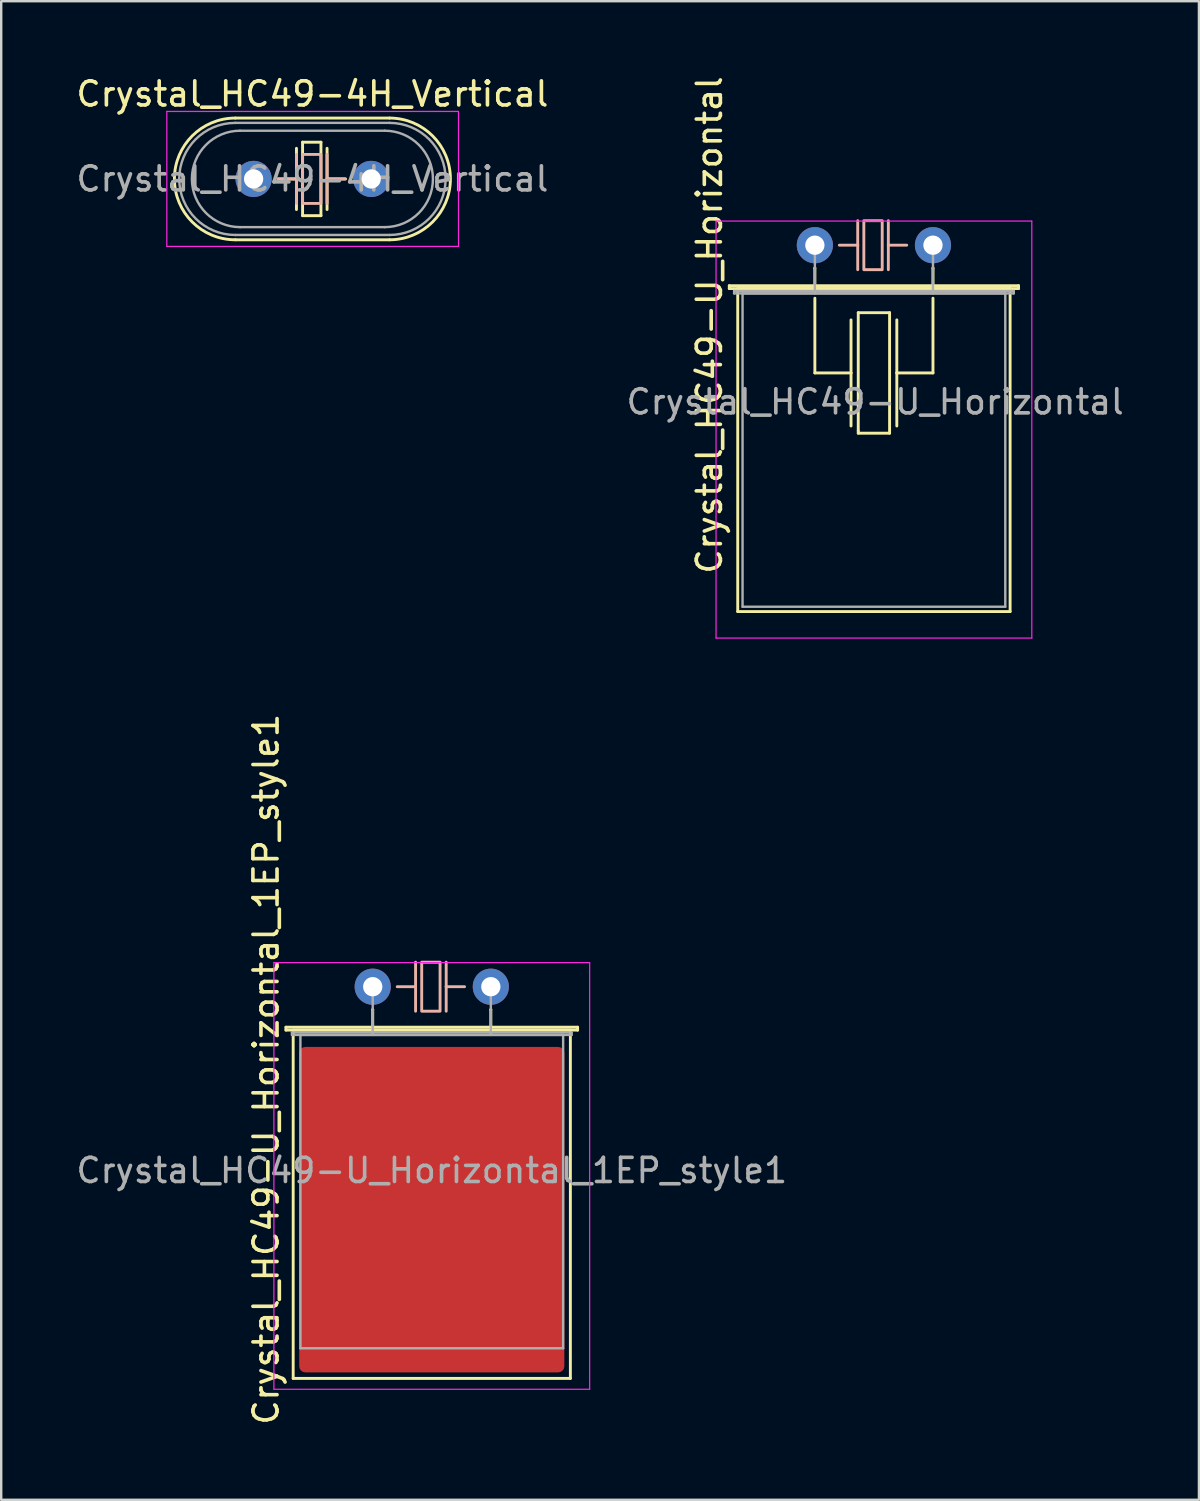
<source format=kicad_pcb>
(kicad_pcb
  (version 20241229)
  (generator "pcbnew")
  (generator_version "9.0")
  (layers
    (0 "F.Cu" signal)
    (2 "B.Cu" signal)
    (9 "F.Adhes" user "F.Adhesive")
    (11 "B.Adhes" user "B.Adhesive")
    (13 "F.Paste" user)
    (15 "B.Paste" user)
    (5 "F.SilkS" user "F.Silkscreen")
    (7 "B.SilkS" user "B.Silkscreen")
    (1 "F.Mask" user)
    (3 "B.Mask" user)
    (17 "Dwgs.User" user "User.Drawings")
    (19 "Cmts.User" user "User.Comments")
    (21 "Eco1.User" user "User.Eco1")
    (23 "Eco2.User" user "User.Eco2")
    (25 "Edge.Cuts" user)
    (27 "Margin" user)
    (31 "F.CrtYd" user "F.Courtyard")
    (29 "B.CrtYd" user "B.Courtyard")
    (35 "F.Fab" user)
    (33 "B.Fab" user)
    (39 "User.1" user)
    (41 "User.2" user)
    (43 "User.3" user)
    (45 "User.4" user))
  (footprint "Crystal_HC49-U_Horizontal"
    (layer "F.Cu")
    (at 30.756 7.122)
    (property "Reference" "Crystal_HC49-U_Horizontal" (at -4.375 3.312 90) (layer "F.SilkS") (effects (font (size 1 1) (thickness 0.15))))
    (attr through_hole)
    (fp_line (start -3.55 1.68) (end 8.45 1.68) (stroke (width 0.12) (type solid)) (layer "F.SilkS"))
    (fp_line (start -3.55 1.8) (end -3.55 1.68) (stroke (width 0.12) (type solid)) (layer "F.SilkS"))
    (fp_line (start -3.2 1.8) (end -3.2 15.2) (stroke (width 0.12) (type solid)) (layer "F.SilkS"))
    (fp_line (start -3.2 15.2) (end 8.1 15.2) (stroke (width 0.12) (type solid)) (layer "F.SilkS"))
    (fp_line (start 0 0.95) (end 0 0.95) (stroke (width 0.12) (type solid)) (layer "F.SilkS"))
    (fp_line (start 0 1.8) (end 0 0.95) (stroke (width 0.12) (type solid)) (layer "F.SilkS"))
    (fp_line (start 0 2.2) (end 0 5.3) (stroke (width 0.12) (type solid)) (layer "F.SilkS"))
    (fp_line (start 0 5.3) (end 1.5 5.3) (stroke (width 0.12) (type solid)) (layer "F.SilkS"))
    (fp_line (start 1.5 5.3) (end 1.5 3.1) (stroke (width 0.12) (type solid)) (layer "F.SilkS"))
    (fp_line (start 1.5 7.5) (end 1.5 5.3) (stroke (width 0.12) (type solid)) (layer "F.SilkS"))
    (fp_line (start 1.8 2.8) (end 1.8 7.7) (stroke (width 0.12) (type solid)) (layer "F.SilkS"))
    (fp_line (start 1.8 7.7) (end 1.8 7.8) (stroke (width 0.12) (type solid)) (layer "F.SilkS"))
    (fp_line (start 1.8 7.8) (end 3.1 7.8) (stroke (width 0.12) (type solid)) (layer "F.SilkS"))
    (fp_line (start 3.1 2.8) (end 1.8 2.8) (stroke (width 0.12) (type solid)) (layer "F.SilkS"))
    (fp_line (start 3.1 7.8) (end 3.1 2.8) (stroke (width 0.12) (type solid)) (layer "F.SilkS"))
    (fp_line (start 3.4 5.3) (end 3.4 3.1) (stroke (width 0.12) (type solid)) (layer "F.SilkS"))
    (fp_line (start 3.4 5.3) (end 4.9 5.3) (stroke (width 0.12) (type solid)) (layer "F.SilkS"))
    (fp_line (start 3.4 7.5) (end 3.4 5.3) (stroke (width 0.12) (type solid)) (layer "F.SilkS"))
    (fp_line (start 4.9 0.95) (end 4.9 0.95) (stroke (width 0.12) (type solid)) (layer "F.SilkS"))
    (fp_line (start 4.9 1.8) (end 4.9 0.95) (stroke (width 0.12) (type solid)) (layer "F.SilkS"))
    (fp_line (start 4.9 2.2) (end 4.9 5.3) (stroke (width 0.12) (type solid)) (layer "F.SilkS"))
    (fp_line (start 8.1 1.8) (end -3.2 1.8) (stroke (width 0.12) (type solid)) (layer "F.SilkS"))
    (fp_line (start 8.1 15.2) (end 8.1 1.8) (stroke (width 0.12) (type solid)) (layer "F.SilkS"))
    (fp_line (start 8.45 1.68) (end 8.45 1.8) (stroke (width 0.12) (type solid)) (layer "F.SilkS"))
    (fp_line (start 8.45 1.8) (end -3.55 1.8) (stroke (width 0.12) (type solid)) (layer "F.SilkS"))
    (fp_line (start 1.016 0) (end 1.778 0) (stroke (width 0.12) (type solid)) (layer "B.SilkS"))
    (fp_line (start 1.778 0) (end 1.778 -1.016) (stroke (width 0.12) (type solid)) (layer "B.SilkS"))
    (fp_line (start 1.778 0) (end 1.778 1.016) (stroke (width 0.12) (type solid)) (layer "B.SilkS"))
    (fp_line (start 3.048 0) (end 3.048 -1.016) (stroke (width 0.12) (type solid)) (layer "B.SilkS"))
    (fp_line (start 3.048 0) (end 3.048 1.016) (stroke (width 0.12) (type solid)) (layer "B.SilkS"))
    (fp_line (start 3.81 0) (end 3.048 0) (stroke (width 0.12) (type solid)) (layer "B.SilkS"))
    (fp_rect (start 2.032 -1.016) (end 2.794 1.016) (stroke (width 0.12) (type solid)) (fill no) (layer "B.SilkS"))
    (fp_line (start -4.1 -1) (end -4.1 16.3) (stroke (width 0.05) (type solid)) (layer "F.CrtYd"))
    (fp_line (start -4.1 16.3) (end 9 16.3) (stroke (width 0.05) (type solid)) (layer "F.CrtYd"))
    (fp_line (start 9 -1) (end -4.1 -1) (stroke (width 0.05) (type solid)) (layer "F.CrtYd"))
    (fp_line (start 9 16.3) (end 9 -1) (stroke (width 0.05) (type solid)) (layer "F.CrtYd"))
    (fp_line (start -3.35 1.9) (end 8.25 1.9) (stroke (width 0.1) (type solid)) (layer "F.Fab"))
    (fp_line (start -3.35 2) (end -3.35 1.9) (stroke (width 0.1) (type solid)) (layer "F.Fab"))
    (fp_line (start -3 2) (end -3 15) (stroke (width 0.1) (type solid)) (layer "F.Fab"))
    (fp_line (start -3 15) (end 7.9 15) (stroke (width 0.1) (type solid)) (layer "F.Fab"))
    (fp_line (start 0 1) (end 0 0) (stroke (width 0.1) (type solid)) (layer "F.Fab"))
    (fp_line (start 0 2) (end 0 1) (stroke (width 0.1) (type solid)) (layer "F.Fab"))
    (fp_line (start 4.9 1) (end 4.9 0) (stroke (width 0.1) (type solid)) (layer "F.Fab"))
    (fp_line (start 4.9 2) (end 4.9 1) (stroke (width 0.1) (type solid)) (layer "F.Fab"))
    (fp_line (start 7.9 2) (end -3 2) (stroke (width 0.1) (type solid)) (layer "F.Fab"))
    (fp_line (start 7.9 15) (end 7.9 2) (stroke (width 0.1) (type solid)) (layer "F.Fab"))
    (fp_line (start 8.25 1.9) (end 8.25 2) (stroke (width 0.1) (type solid)) (layer "F.Fab"))
    (fp_line (start 8.25 2) (end -3.35 2) (stroke (width 0.1) (type solid)) (layer "F.Fab"))
    (fp_text user "${REFERENCE}" (at 2.5 6.5 0) (layer "F.Fab") (effects (font (size 1 1) (thickness 0.15))))
    (pad "1" thru_hole circle (at 0 0) (size 1.5 1.5) (drill 0.8) (layers "*.Cu" "*.Mask"))
    (pad "2" thru_hole circle (at 4.9 0) (size 1.5 1.5) (drill 0.8) (layers "*.Cu" "*.Mask")))
  (footprint "Crystal_HC49-4H_Vertical"
    (layer "F.Cu")
    (at 7.471 4.373)
    (property "Reference" "Crystal_HC49-4H_Vertical" (at 2.44 -3.525 0) (layer "F.SilkS") (effects (font (size 1 1) (thickness 0.15))))
    (attr through_hole)
    (fp_line (start -0.76 -2.525) (end 5.64 -2.525) (stroke (width 0.12) (type solid)) (layer "F.SilkS"))
    (fp_line (start -0.76 2.525) (end 5.64 2.525) (stroke (width 0.12) (type solid)) (layer "F.SilkS"))
    (fp_line (start 1.016 0) (end 1.778 0) (stroke (width 0.12) (type solid)) (layer "F.SilkS"))
    (fp_line (start 1.778 -1.27) (end 1.778 1.27) (stroke (width 0.12) (type solid)) (layer "F.SilkS"))
    (fp_line (start 2.032 -1.524) (end 2.032 1.524) (stroke (width 0.12) (type solid)) (layer "F.SilkS"))
    (fp_line (start 2.032 1.524) (end 2.794 1.524) (stroke (width 0.12) (type solid)) (layer "F.SilkS"))
    (fp_line (start 2.794 -1.524) (end 2.032 -1.524) (stroke (width 0.12) (type solid)) (layer "F.SilkS"))
    (fp_line (start 2.794 1.524) (end 2.794 -1.524) (stroke (width 0.12) (type solid)) (layer "F.SilkS"))
    (fp_line (start 3.048 -1.27) (end 3.048 1.27) (stroke (width 0.12) (type solid)) (layer "F.SilkS"))
    (fp_line (start 3.81 0) (end 3.048 0) (stroke (width 0.12) (type solid)) (layer "F.SilkS"))
    (fp_arc (start -0.76 2.525) (mid -3.285 0) (end -0.76 -2.525) (stroke (width 0.12) (type solid)) (layer "F.SilkS"))
    (fp_arc (start 5.64 -2.525) (mid 8.165 0) (end 5.64 2.525) (stroke (width 0.12) (type solid)) (layer "F.SilkS"))
    (fp_line (start 1.016 0) (end 1.778 0) (stroke (width 0.12) (type solid)) (layer "B.SilkS"))
    (fp_line (start 1.778 0) (end 1.778 -1.016) (stroke (width 0.12) (type solid)) (layer "B.SilkS"))
    (fp_line (start 1.778 0) (end 1.778 1.016) (stroke (width 0.12) (type solid)) (layer "B.SilkS"))
    (fp_line (start 3.048 0) (end 3.048 -1.016) (stroke (width 0.12) (type solid)) (layer "B.SilkS"))
    (fp_line (start 3.048 0) (end 3.048 1.016) (stroke (width 0.12) (type solid)) (layer "B.SilkS"))
    (fp_line (start 3.81 0) (end 3.048 0) (stroke (width 0.12) (type solid)) (layer "B.SilkS"))
    (fp_rect (start 2.032 -1.016) (end 2.794 1.016) (stroke (width 0.12) (type solid)) (fill no) (layer "B.SilkS"))
    (fp_line (start -3.6 -2.8) (end -3.6 2.8) (stroke (width 0.05) (type solid)) (layer "F.CrtYd"))
    (fp_line (start -3.6 2.8) (end 8.5 2.8) (stroke (width 0.05) (type solid)) (layer "F.CrtYd"))
    (fp_line (start 8.5 -2.8) (end -3.6 -2.8) (stroke (width 0.05) (type solid)) (layer "F.CrtYd"))
    (fp_line (start 8.5 2.8) (end 8.5 -2.8) (stroke (width 0.05) (type solid)) (layer "F.CrtYd"))
    (fp_line (start -0.76 -2.325) (end 5.64 -2.325) (stroke (width 0.1) (type solid)) (layer "F.Fab"))
    (fp_line (start -0.76 2.325) (end 5.64 2.325) (stroke (width 0.1) (type solid)) (layer "F.Fab"))
    (fp_line (start -0.56 -2) (end 5.44 -2) (stroke (width 0.1) (type solid)) (layer "F.Fab"))
    (fp_line (start -0.56 2) (end 5.44 2) (stroke (width 0.1) (type solid)) (layer "F.Fab"))
    (fp_arc (start -0.76 2.325) (mid -3.085 0) (end -0.76 -2.325) (stroke (width 0.1) (type solid)) (layer "F.Fab"))
    (fp_arc (start -0.56 2) (mid -2.56 0) (end -0.56 -2) (stroke (width 0.1) (type solid)) (layer "F.Fab"))
    (fp_arc (start 5.44 -2) (mid 7.44 0) (end 5.44 2) (stroke (width 0.1) (type solid)) (layer "F.Fab"))
    (fp_arc (start 5.64 -2.325) (mid 7.965 0) (end 5.64 2.325) (stroke (width 0.1) (type solid)) (layer "F.Fab"))
    (fp_text user "${REFERENCE}" (at 2.44 0 0) (layer "F.Fab") (effects (font (size 1 1) (thickness 0.15))))
    (pad "1" thru_hole circle (at 0 0) (size 1.5 1.5) (drill 0.8) (layers "*.Cu" "*.Mask"))
    (pad "2" thru_hole circle (at 4.88 0) (size 1.5 1.5) (drill 0.8) (layers "*.Cu" "*.Mask")))
  (footprint "Crystal_HC49-U_Horizontal_1EP_style1"
    (layer "F.Cu")
    (at 12.413 37.885)
    (property "Reference" "Crystal_HC49-U_Horizontal_1EP_style1" (at -4.425 3.425 90) (layer "F.SilkS") (effects (font (size 1 1) (thickness 0.15))))
    (attr through_hole)
    (fp_line (start -3.6 1.68) (end 8.5 1.68) (stroke (width 0.12) (type solid)) (layer "F.SilkS"))
    (fp_line (start -3.6 1.8) (end -3.6 1.68) (stroke (width 0.12) (type solid)) (layer "F.SilkS"))
    (fp_line (start -3.3 1.8) (end -3.3 16.25) (stroke (width 0.12) (type solid)) (layer "F.SilkS"))
    (fp_line (start -3.3 16.25) (end 8.2 16.25) (stroke (width 0.12) (type solid)) (layer "F.SilkS"))
    (fp_line (start 0 0.95) (end 0 0.95) (stroke (width 0.12) (type solid)) (layer "F.SilkS"))
    (fp_line (start 0 1.8) (end 0 0.95) (stroke (width 0.12) (type solid)) (layer "F.SilkS"))
    (fp_line (start 4.9 0.95) (end 4.9 0.95) (stroke (width 0.12) (type solid)) (layer "F.SilkS"))
    (fp_line (start 4.9 1.8) (end 4.9 0.95) (stroke (width 0.12) (type solid)) (layer "F.SilkS"))
    (fp_line (start 8.15 1.8) (end -3.25 1.8) (stroke (width 0.12) (type solid)) (layer "F.SilkS"))
    (fp_line (start 8.2 16.25) (end 8.2 1.8) (stroke (width 0.12) (type solid)) (layer "F.SilkS"))
    (fp_line (start 8.5 1.68) (end 8.5 1.8) (stroke (width 0.12) (type solid)) (layer "F.SilkS"))
    (fp_line (start 8.5 1.8) (end -3.6 1.8) (stroke (width 0.12) (type solid)) (layer "F.SilkS"))
    (fp_line (start 1.016 0) (end 1.778 0) (stroke (width 0.12) (type solid)) (layer "B.SilkS"))
    (fp_line (start 1.778 0) (end 1.778 -1.016) (stroke (width 0.12) (type solid)) (layer "B.SilkS"))
    (fp_line (start 1.778 0) (end 1.778 1.016) (stroke (width 0.12) (type solid)) (layer "B.SilkS"))
    (fp_line (start 3.048 0) (end 3.048 -1.016) (stroke (width 0.12) (type solid)) (layer "B.SilkS"))
    (fp_line (start 3.048 0) (end 3.048 1.016) (stroke (width 0.12) (type solid)) (layer "B.SilkS"))
    (fp_line (start 3.81 0) (end 3.048 0) (stroke (width 0.12) (type solid)) (layer "B.SilkS"))
    (fp_rect (start 2.032 -1.016) (end 2.794 1.016) (stroke (width 0.12) (type solid)) (fill no) (layer "B.SilkS"))
    (fp_line (start -4.1 -1) (end -4.1 16.7) (stroke (width 0.05) (type solid)) (layer "F.CrtYd"))
    (fp_line (start -4.1 16.7) (end 9 16.7) (stroke (width 0.05) (type solid)) (layer "F.CrtYd"))
    (fp_line (start 9 -1) (end -4.1 -1) (stroke (width 0.05) (type solid)) (layer "F.CrtYd"))
    (fp_line (start 9 16.7) (end 9 -1) (stroke (width 0.05) (type solid)) (layer "F.CrtYd"))
    (fp_line (start -3.35 1.9) (end 8.25 1.9) (stroke (width 0.1) (type solid)) (layer "F.Fab"))
    (fp_line (start -3.35 2) (end -3.35 1.9) (stroke (width 0.1) (type solid)) (layer "F.Fab"))
    (fp_line (start -3 2) (end -3 15) (stroke (width 0.1) (type solid)) (layer "F.Fab"))
    (fp_line (start -3 15) (end 7.9 15) (stroke (width 0.1) (type solid)) (layer "F.Fab"))
    (fp_line (start 0 1) (end 0 0) (stroke (width 0.1) (type solid)) (layer "F.Fab"))
    (fp_line (start 0 2) (end 0 1) (stroke (width 0.1) (type solid)) (layer "F.Fab"))
    (fp_line (start 4.9 1) (end 4.9 0) (stroke (width 0.1) (type solid)) (layer "F.Fab"))
    (fp_line (start 4.9 2) (end 4.9 1) (stroke (width 0.1) (type solid)) (layer "F.Fab"))
    (fp_line (start 7.9 2) (end -3 2) (stroke (width 0.1) (type solid)) (layer "F.Fab"))
    (fp_line (start 7.9 15) (end 7.9 2) (stroke (width 0.1) (type solid)) (layer "F.Fab"))
    (fp_line (start 8.25 1.9) (end 8.25 2) (stroke (width 0.1) (type solid)) (layer "F.Fab"))
    (fp_line (start 8.25 2) (end -3.35 2) (stroke (width 0.1) (type solid)) (layer "F.Fab"))
    (fp_text user "${REFERENCE}" (at 2.45 7.625 0) (layer "F.Fab") (effects (font (size 1 1) (thickness 0.15))))
    (pad "1" thru_hole circle (at 0 0) (size 1.5 1.5) (drill 0.8) (layers "*.Cu" "*.Mask"))
    (pad "2" thru_hole circle (at 4.9 0) (size 1.5 1.5) (drill 0.8) (layers "*.Cu" "*.Mask"))
    (pad "3" smd roundrect (at 2.45 9.25) (size 11 13.5) (layers "F.Cu" "F.Mask" "F.Paste") (roundrect_rratio 0.023)))
  (gr_rect
    (start -3 -3)
    (end 46.69 59.173)
    (stroke (width 0.1) (type default))
    (fill no)
    (layer "Edge.Cuts")))
</source>
